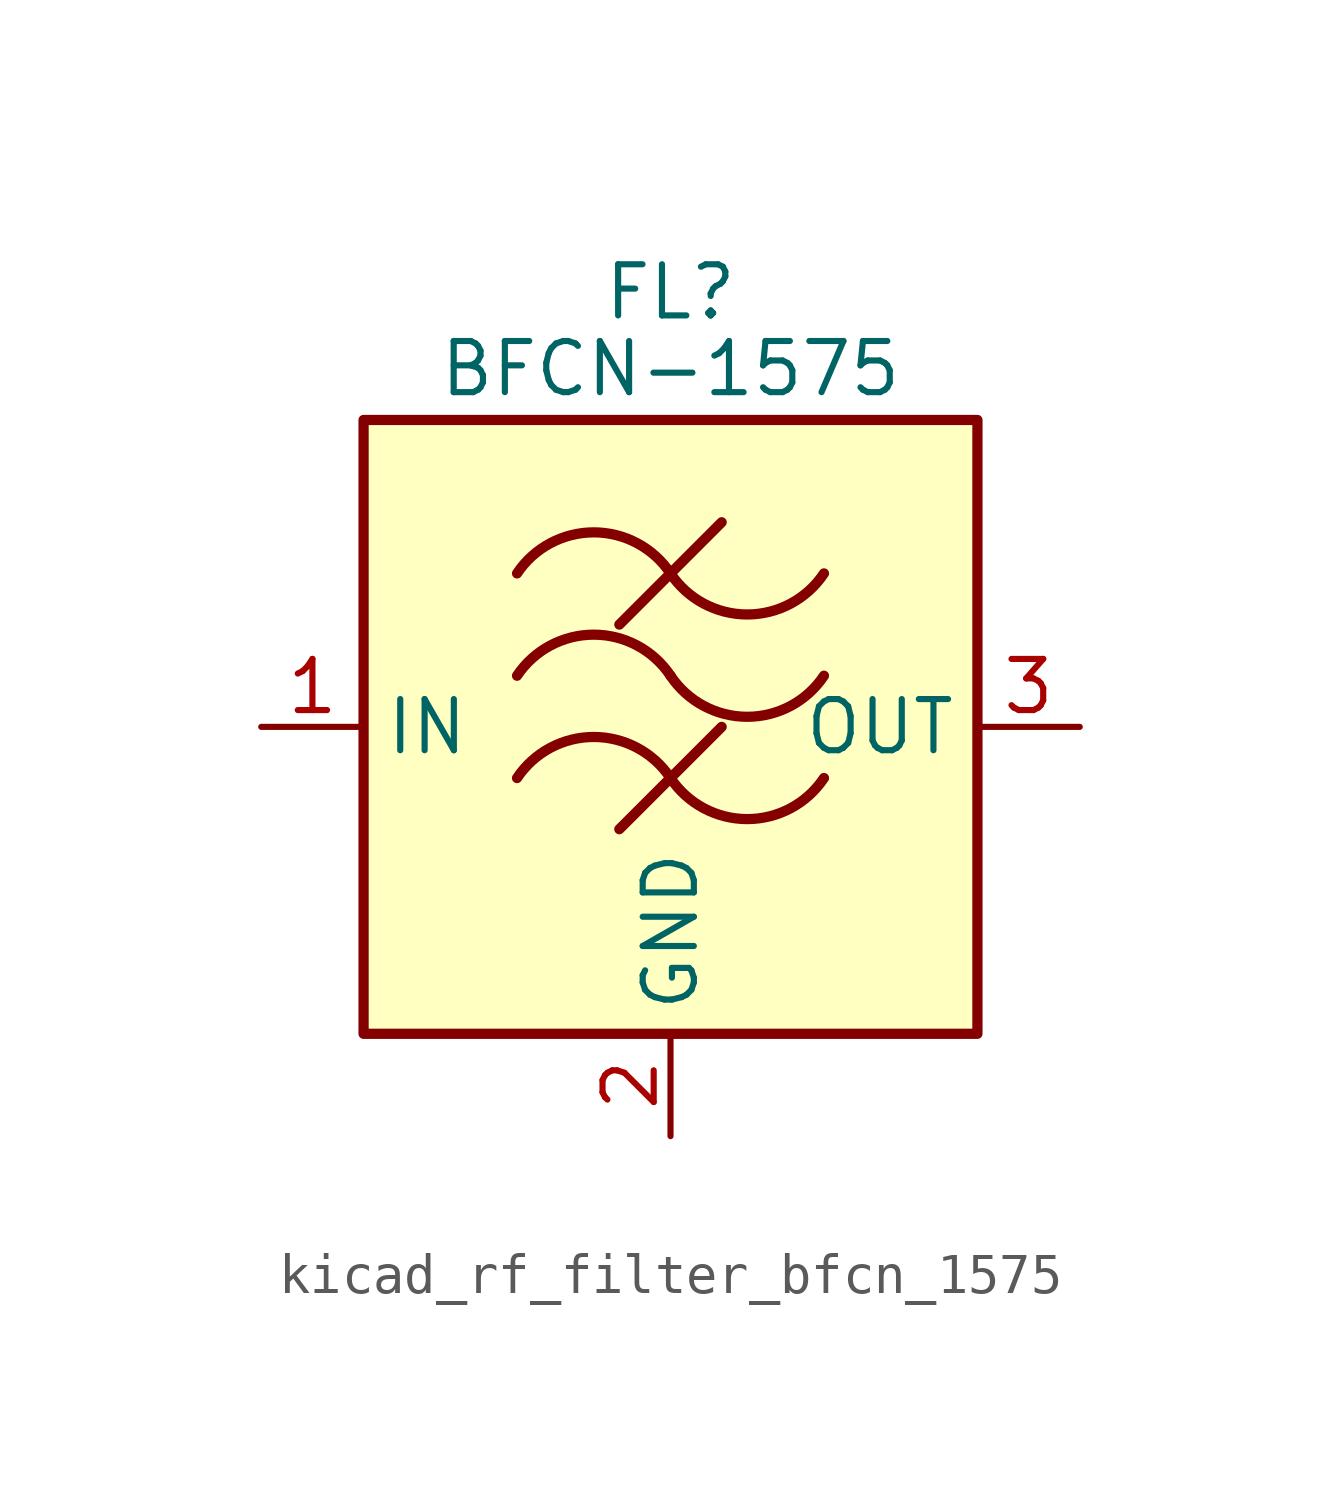
<source format=kicad_sym>
(kicad_symbol_lib
  (version 20220914)
  (generator kicad_symbol_editor)
  (symbol "kicad_rf_filter_bfcn_1575"
    (property "Reference" "FL"
      (at 0 10.795 0)
      (effects (font (size 1.27 1.27))))
    (property "Value" "BFCN-1575"
      (at 0 8.89 0)
      (effects (font (size 1.27 1.27))))
    (symbol "kicad_rf_filter_bfcn_1575_0_1"
      (rectangle (start -7.62 7.62) (end 7.62 -7.62) (stroke (width 0.254) (type default)) (fill (type background)))
      (arc (start 0 -1.27) (mid -1.905 -0.2505) (end -3.81 -1.27) (stroke (width 0.254) (type default)) (fill (type none)))
      (arc (start 0 -1.27) (mid 1.905 -2.2895) (end 3.81 -1.27) (stroke (width 0.254) (type default)) (fill (type none)))
      (polyline (pts (xy -1.27 -2.54) (xy 1.27 0)) (stroke (width 0.254) (type default)) (fill (type none)))
      (polyline (pts (xy -1.27 2.54) (xy 1.27 5.08)) (stroke (width 0.254) (type default)) (fill (type none)))
      (arc (start 0 1.27) (mid -1.905 2.2895) (end -3.81 1.27) (stroke (width 0.254) (type default)) (fill (type none)))
      (arc (start 0 1.27) (mid 1.905 0.2505) (end 3.81 1.27) (stroke (width 0.254) (type default)) (fill (type none)))
      (arc (start 0 3.81) (mid -1.905 4.8295) (end -3.81 3.81) (stroke (width 0.254) (type default)) (fill (type none)))
      (arc (start 0 3.81) (mid 1.905 2.7905) (end 3.81 3.81) (stroke (width 0.254) (type default)) (fill (type none))))
    (symbol "kicad_rf_filter_bfcn_1575_1_1"
      (pin passive line (at -10.16 0 0) (length 2.54) (name "IN" (effects (font (size 1.27 1.27)))) (number "1" (effects (font (size 1.27 1.27)))))
      (pin passive line (at 0 -10.16 90) (length 2.54) (name "GND" (effects (font (size 1.27 1.27)))) (number "2" (effects (font (size 1.27 1.27)))))
      (pin passive line (at 10.16 0 180) (length 2.54) (name "OUT" (effects (font (size 1.27 1.27)))) (number "3" (effects (font (size 1.27 1.27)))))
      (pin passive line (at 0 -10.16 90) (length 2.54) hide (name "GND" (effects (font (size 1.27 1.27)))) (number "4" (effects (font (size 1.27 1.27))))))))
</source>
